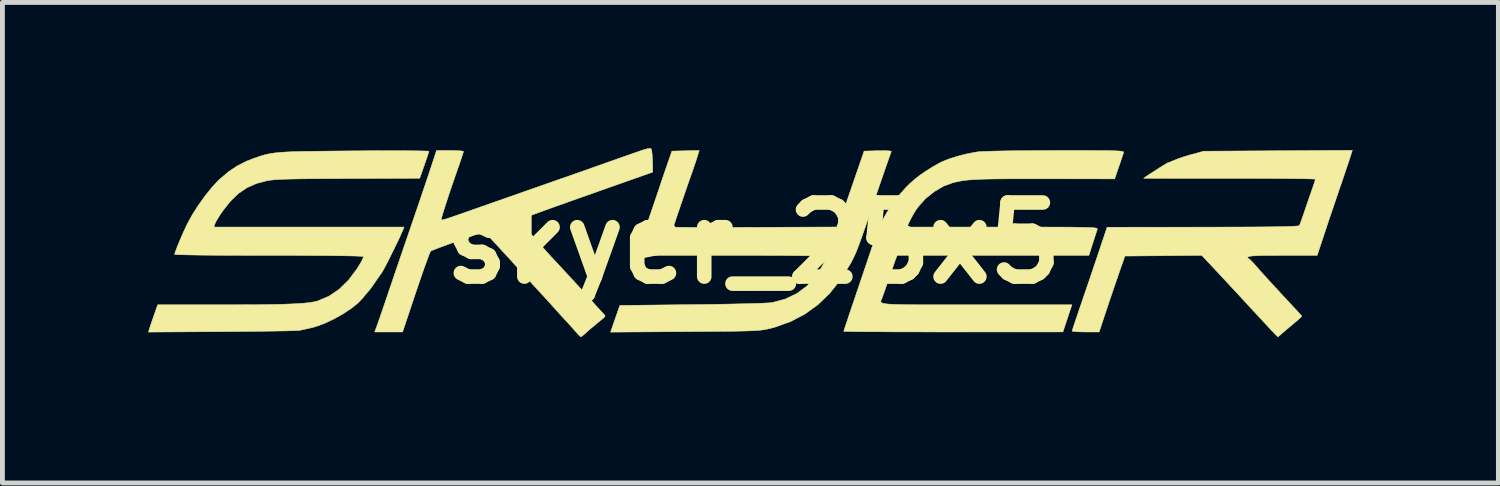
<source format=kicad_pcb>
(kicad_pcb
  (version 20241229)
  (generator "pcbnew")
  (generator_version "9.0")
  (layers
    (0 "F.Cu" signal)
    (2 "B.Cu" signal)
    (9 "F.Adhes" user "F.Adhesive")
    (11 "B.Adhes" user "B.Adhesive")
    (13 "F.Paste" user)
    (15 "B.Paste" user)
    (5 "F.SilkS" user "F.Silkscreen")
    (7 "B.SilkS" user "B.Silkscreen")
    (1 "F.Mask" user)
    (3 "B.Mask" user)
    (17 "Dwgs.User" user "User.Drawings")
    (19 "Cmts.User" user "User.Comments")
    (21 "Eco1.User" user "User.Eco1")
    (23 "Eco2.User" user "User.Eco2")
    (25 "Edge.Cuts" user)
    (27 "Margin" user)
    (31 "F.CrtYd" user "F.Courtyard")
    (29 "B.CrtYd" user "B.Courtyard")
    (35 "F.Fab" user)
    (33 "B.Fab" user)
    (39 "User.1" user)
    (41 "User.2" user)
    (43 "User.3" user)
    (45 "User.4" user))
  (footprint "skyer_25x5"
    (layer "F.Cu")
    (at 12.455 1.951)
    (property "Reference" "skyer_25x5" (at 0 0 0) (layer "F.SilkS") (effects (font (size 1.524 1.524) (thickness 0.3))))
    (attr through_hole)
    (fp_poly (pts (xy -1.156 -1.785) (xy -1.179 -1.712) (xy -1.215 -1.606) (xy -1.257 -1.482) (xy -1.296 -1.372) (xy -1.342 -1.241) (xy -1.392 -1.096) (xy -1.444 -0.945) (xy -1.496 -0.794) (xy -1.544 -0.652) (xy -1.587 -0.527) (xy -1.62 -0.426) (xy -1.643 -0.357) (xy -1.651 -0.328) (xy -1.651 -0.328) (xy -1.626 -0.327) (xy -1.555 -0.325) (xy -1.441 -0.324) (xy -1.289 -0.323) (xy -1.103 -0.323) (xy -0.887 -0.322) (xy -0.645 -0.322) (xy -0.381 -0.323) (xy -0.1 -0.324) (xy 0.039 -0.324) (xy 1.729 -0.331) (xy 1.756 -0.4) (xy 1.774 -0.45) (xy 1.808 -0.547) (xy 1.859 -0.691) (xy 1.924 -0.88) (xy 2.006 -1.116) (xy 2.102 -1.396) (xy 2.208 -1.702) (xy 2.273 -1.892) (xy 2.561 -1.9) (xy 2.699 -1.901) (xy 2.79 -1.897) (xy 2.831 -1.888) (xy 2.833 -1.881) (xy 2.821 -1.852) (xy 2.796 -1.78) (xy 2.757 -1.671) (xy 2.708 -1.53) (xy 2.65 -1.362) (xy 2.585 -1.174) (xy 2.516 -0.969) (xy 2.504 -0.934) (xy 2.413 -0.669) (xy 2.338 -0.448) (xy 2.274 -0.264) (xy 2.221 -0.114) (xy 2.177 0.009) (xy 2.139 0.108) (xy 2.107 0.189) (xy 2.077 0.257) (xy 2.048 0.317) (xy 2.019 0.374) (xy 1.993 0.423) (xy 1.791 0.749) (xy 1.57 1.029) (xy 1.325 1.266) (xy 1.056 1.46) (xy 0.76 1.615) (xy 0.435 1.731) (xy 0.336 1.757) (xy 0.288 1.768) (xy 0.241 1.778) (xy 0.19 1.786) (xy 0.132 1.793) (xy 0.061 1.799) (xy -0.027 1.804) (xy -0.136 1.808) (xy -0.27 1.811) (xy -0.434 1.814) (xy -0.632 1.816) (xy -0.868 1.818) (xy -1.148 1.82) (xy -1.414 1.822) (xy -2.943 1.832) (xy -2.848 1.557) (xy -2.752 1.283) (xy -1.255 1.266) (xy -0.975 1.263) (xy -0.708 1.259) (xy -0.458 1.254) (xy -0.232 1.249) (xy -0.034 1.244) (xy 0.132 1.239) (xy 0.261 1.233) (xy 0.347 1.228) (xy 0.381 1.224) (xy 0.651 1.151) (xy 0.89 1.037) (xy 1.098 0.883) (xy 1.275 0.689) (xy 1.394 0.505) (xy 1.442 0.415) (xy 1.478 0.341) (xy 1.497 0.293) (xy 1.498 0.286) (xy 1.489 0.28) (xy 1.458 0.274) (xy 1.404 0.27) (xy 1.323 0.266) (xy 1.213 0.263) (xy 1.07 0.26) (xy 0.892 0.258) (xy 0.677 0.256) (xy 0.421 0.255) (xy 0.121 0.254) (xy -0.225 0.254) (xy -0.455 0.254) (xy -2.409 0.254) (xy -2.108 -0.641) (xy -2.036 -0.853) (xy -1.967 -1.056) (xy -1.904 -1.245) (xy -1.847 -1.413) (xy -1.799 -1.552) (xy -1.764 -1.655) (xy -1.743 -1.714) (xy -1.681 -1.892) (xy -1.4 -1.899) (xy -1.12 -1.907) (xy -1.156 -1.785)) (stroke (width 0.01) (type solid)) (fill yes) (layer "F.SilkS"))
    (fp_poly (pts (xy -7.236 -1.9) (xy -7.05 -1.899) (xy -6.897 -1.897) (xy -6.782 -1.895) (xy -6.708 -1.892) (xy -6.681 -1.889) (xy -6.681 -1.888) (xy -6.689 -1.857) (xy -6.711 -1.789) (xy -6.744 -1.694) (xy -6.776 -1.6) (xy -6.871 -1.333) (xy -8.344 -1.328) (xy -8.668 -1.326) (xy -8.945 -1.325) (xy -9.18 -1.323) (xy -9.377 -1.32) (xy -9.54 -1.317) (xy -9.673 -1.313) (xy -9.78 -1.308) (xy -9.866 -1.302) (xy -9.935 -1.295) (xy -9.991 -1.287) (xy -10.015 -1.282) (xy -10.234 -1.224) (xy -10.426 -1.138) (xy -10.599 -1.021) (xy -10.76 -0.866) (xy -10.918 -0.667) (xy -10.958 -0.61) (xy -11.014 -0.523) (xy -11.059 -0.446) (xy -11.085 -0.392) (xy -11.087 -0.387) (xy -11.103 -0.33) (xy -7.19 -0.33) (xy -7.242 -0.21) (xy -7.278 -0.127) (xy -7.328 -0.021) (xy -7.387 0.099) (xy -7.449 0.225) (xy -7.51 0.348) (xy -7.567 0.458) (xy -7.614 0.546) (xy -7.646 0.603) (xy -7.657 0.619) (xy -7.684 0.654) (xy -7.729 0.718) (xy -7.783 0.797) (xy -7.783 0.798) (xy -7.839 0.88) (xy -7.89 0.949) (xy -7.923 0.989) (xy -7.964 1.035) (xy -8.017 1.1) (xy -8.037 1.125) (xy -8.137 1.231) (xy -8.275 1.342) (xy -8.441 1.452) (xy -8.623 1.555) (xy -8.81 1.644) (xy -8.992 1.713) (xy -9.137 1.752) (xy -9.227 1.771) (xy -9.311 1.79) (xy -9.335 1.795) (xy -9.373 1.799) (xy -9.458 1.802) (xy -9.584 1.806) (xy -9.747 1.809) (xy -9.942 1.812) (xy -10.164 1.815) (xy -10.409 1.818) (xy -10.672 1.82) (xy -10.93 1.822) (xy -12.45 1.831) (xy -12.433 1.773) (xy -12.418 1.723) (xy -12.39 1.64) (xy -12.355 1.539) (xy -12.339 1.492) (xy -12.261 1.27) (xy -10.905 1.27) (xy -10.543 1.269) (xy -10.229 1.268) (xy -9.958 1.264) (xy -9.726 1.26) (xy -9.531 1.253) (xy -9.369 1.245) (xy -9.235 1.235) (xy -9.127 1.223) (xy -9.04 1.208) (xy -8.971 1.191) (xy -8.966 1.189) (xy -8.738 1.093) (xy -8.527 0.95) (xy -8.333 0.76) (xy -8.155 0.522) (xy -8.073 0.387) (xy -8.043 0.326) (xy -8.027 0.283) (xy -8.026 0.279) (xy -8.052 0.274) (xy -8.126 0.269) (xy -8.249 0.265) (xy -8.418 0.262) (xy -8.633 0.259) (xy -8.892 0.257) (xy -9.193 0.255) (xy -9.536 0.254) (xy -9.918 0.254) (xy -9.97 0.254) (xy -10.289 0.254) (xy -10.59 0.253) (xy -10.869 0.252) (xy -11.123 0.25) (xy -11.348 0.248) (xy -11.541 0.245) (xy -11.697 0.242) (xy -11.814 0.239) (xy -11.887 0.236) (xy -11.913 0.232) (xy -11.913 0.232) (xy -11.903 0.194) (xy -11.876 0.12) (xy -11.837 0.021) (xy -11.789 -0.092) (xy -11.738 -0.21) (xy -11.687 -0.321) (xy -11.644 -0.41) (xy -11.545 -0.589) (xy -11.424 -0.778) (xy -11.29 -0.965) (xy -11.154 -1.135) (xy -11.025 -1.276) (xy -10.988 -1.312) (xy -10.806 -1.466) (xy -10.628 -1.586) (xy -10.438 -1.682) (xy -10.304 -1.735) (xy -10.221 -1.764) (xy -10.147 -1.79) (xy -10.076 -1.811) (xy -10.004 -1.829) (xy -9.927 -1.844) (xy -9.84 -1.856) (xy -9.739 -1.866) (xy -9.619 -1.874) (xy -9.475 -1.88) (xy -9.303 -1.885) (xy -9.099 -1.888) (xy -8.858 -1.891) (xy -8.575 -1.894) (xy -8.247 -1.897) (xy -8.223 -1.897) (xy -7.949 -1.899) (xy -7.689 -1.9) (xy -7.45 -1.901) (xy -7.236 -1.9)) (stroke (width 0.01) (type solid)) (fill yes) (layer "F.SilkS"))
    (fp_poly (pts (xy 12.284 -1.799) (xy 12.266 -1.745) (xy 12.235 -1.65) (xy 12.192 -1.524) (xy 12.142 -1.374) (xy 12.085 -1.207) (xy 12.041 -1.079) (xy 11.976 -0.887) (xy 11.908 -0.686) (xy 11.841 -0.49) (xy 11.782 -0.311) (xy 11.732 -0.162) (xy 11.714 -0.108) (xy 11.595 0.254) (xy 10.878 0.254) (xy 10.656 0.255) (xy 10.482 0.256) (xy 10.349 0.26) (xy 10.256 0.265) (xy 10.197 0.274) (xy 10.168 0.285) (xy 10.165 0.299) (xy 10.184 0.317) (xy 10.192 0.323) (xy 10.225 0.352) (xy 10.278 0.407) (xy 10.323 0.457) (xy 10.393 0.537) (xy 10.49 0.645) (xy 10.606 0.773) (xy 10.733 0.911) (xy 10.863 1.052) (xy 10.988 1.187) (xy 11.093 1.3) (xy 11.169 1.381) (xy 11.23 1.448) (xy 11.268 1.492) (xy 11.278 1.506) (xy 11.259 1.526) (xy 11.21 1.571) (xy 11.14 1.631) (xy 11.097 1.667) (xy 11.009 1.741) (xy 10.929 1.809) (xy 10.869 1.86) (xy 10.855 1.873) (xy 10.811 1.912) (xy 10.788 1.93) (xy 10.787 1.93) (xy 10.769 1.913) (xy 10.725 1.868) (xy 10.664 1.805) (xy 10.655 1.796) (xy 10.59 1.726) (xy 10.501 1.631) (xy 10.4 1.521) (xy 10.296 1.409) (xy 10.274 1.386) (xy 10.176 1.279) (xy 10.081 1.177) (xy 10.001 1.09) (xy 9.943 1.027) (xy 9.931 1.015) (xy 9.869 0.948) (xy 9.789 0.862) (xy 9.708 0.775) (xy 9.703 0.769) (xy 9.619 0.679) (xy 9.518 0.571) (xy 9.418 0.464) (xy 9.392 0.436) (xy 9.22 0.253) (xy 8.43 0.26) (xy 7.639 0.267) (xy 7.515 0.622) (xy 7.462 0.777) (xy 7.399 0.96) (xy 7.334 1.153) (xy 7.272 1.337) (xy 7.25 1.403) (xy 7.109 1.829) (xy 6.831 1.829) (xy 6.719 1.827) (xy 6.629 1.823) (xy 6.57 1.816) (xy 6.553 1.81) (xy 6.561 1.781) (xy 6.583 1.712) (xy 6.618 1.608) (xy 6.662 1.478) (xy 6.713 1.327) (xy 6.746 1.232) (xy 6.814 1.031) (xy 6.891 0.807) (xy 6.968 0.579) (xy 7.041 0.363) (xy 7.104 0.177) (xy 7.105 0.174) (xy 7.272 -0.326) (xy 9.242 -0.328) (xy 9.622 -0.329) (xy 9.953 -0.33) (xy 10.24 -0.331) (xy 10.484 -0.333) (xy 10.687 -0.335) (xy 10.854 -0.338) (xy 10.987 -0.341) (xy 11.087 -0.345) (xy 11.159 -0.349) (xy 11.205 -0.354) (xy 11.227 -0.36) (xy 11.23 -0.362) (xy 11.244 -0.398) (xy 11.271 -0.471) (xy 11.305 -0.569) (xy 11.337 -0.66) (xy 11.382 -0.794) (xy 11.43 -0.933) (xy 11.473 -1.056) (xy 11.492 -1.111) (xy 11.523 -1.201) (xy 11.546 -1.272) (xy 11.557 -1.311) (xy 11.557 -1.314) (xy 11.532 -1.317) (xy 11.461 -1.32) (xy 11.347 -1.323) (xy 11.194 -1.325) (xy 11.007 -1.327) (xy 10.789 -1.329) (xy 10.546 -1.33) (xy 10.279 -1.331) (xy 9.995 -1.331) (xy 9.792 -1.331) (xy 9.497 -1.331) (xy 9.218 -1.331) (xy 8.959 -1.331) (xy 8.723 -1.331) (xy 8.514 -1.331) (xy 8.337 -1.332) (xy 8.197 -1.332) (xy 8.095 -1.333) (xy 8.038 -1.333) (xy 8.026 -1.334) (xy 8.046 -1.35) (xy 8.099 -1.386) (xy 8.174 -1.435) (xy 8.261 -1.491) (xy 8.349 -1.548) (xy 8.429 -1.597) (xy 8.489 -1.634) (xy 8.52 -1.651) (xy 8.521 -1.651) (xy 8.552 -1.661) (xy 8.612 -1.686) (xy 8.654 -1.704) (xy 8.732 -1.735) (xy 8.84 -1.772) (xy 8.961 -1.809) (xy 9.015 -1.824) (xy 9.258 -1.89) (xy 12.318 -1.909) (xy 12.284 -1.799)) (stroke (width 0.01) (type solid)) (fill yes) (layer "F.SilkS"))
    (fp_poly (pts (xy 6.783 -1.905) (xy 6.996 -1.904) (xy 7.169 -1.903) (xy 7.307 -1.902) (xy 7.414 -1.899) (xy 7.493 -1.896) (xy 7.548 -1.892) (xy 7.584 -1.887) (xy 7.604 -1.88) (xy 7.613 -1.872) (xy 7.613 -1.863) (xy 7.612 -1.861) (xy 7.598 -1.819) (xy 7.572 -1.741) (xy 7.538 -1.641) (xy 7.513 -1.569) (xy 7.428 -1.321) (xy 5.956 -1.322) (xy 5.634 -1.322) (xy 5.359 -1.322) (xy 5.126 -1.321) (xy 4.929 -1.319) (xy 4.765 -1.316) (xy 4.628 -1.311) (xy 4.514 -1.305) (xy 4.418 -1.298) (xy 4.336 -1.289) (xy 4.262 -1.277) (xy 4.193 -1.264) (xy 4.124 -1.247) (xy 4.1 -1.242) (xy 3.908 -1.171) (xy 3.717 -1.059) (xy 3.538 -0.916) (xy 3.387 -0.749) (xy 3.341 -0.683) (xy 3.291 -0.602) (xy 3.243 -0.515) (xy 3.202 -0.435) (xy 3.174 -0.371) (xy 3.165 -0.334) (xy 3.168 -0.33) (xy 3.196 -0.33) (xy 3.271 -0.33) (xy 3.389 -0.33) (xy 3.545 -0.33) (xy 3.737 -0.33) (xy 3.96 -0.33) (xy 4.21 -0.33) (xy 4.483 -0.33) (xy 4.776 -0.33) (xy 5.084 -0.33) (xy 5.136 -0.33) (xy 5.497 -0.33) (xy 5.811 -0.33) (xy 6.08 -0.329) (xy 6.309 -0.329) (xy 6.5 -0.328) (xy 6.656 -0.326) (xy 6.782 -0.324) (xy 6.88 -0.321) (xy 6.953 -0.318) (xy 7.006 -0.314) (xy 7.041 -0.309) (xy 7.061 -0.303) (xy 7.07 -0.296) (xy 7.071 -0.289) (xy 7.071 -0.286) (xy 7.052 -0.226) (xy 7.036 -0.178) (xy 7.019 -0.123) (xy 6.991 -0.037) (xy 6.959 0.062) (xy 6.957 0.07) (xy 6.897 0.254) (xy 4.925 0.254) (xy 2.953 0.254) (xy 2.925 0.324) (xy 2.907 0.373) (xy 2.877 0.46) (xy 2.838 0.572) (xy 2.794 0.698) (xy 2.785 0.724) (xy 2.741 0.852) (xy 2.701 0.968) (xy 2.668 1.06) (xy 2.647 1.119) (xy 2.644 1.126) (xy 2.633 1.152) (xy 2.622 1.175) (xy 2.617 1.195) (xy 2.619 1.212) (xy 2.631 1.226) (xy 2.658 1.238) (xy 2.702 1.247) (xy 2.767 1.255) (xy 2.855 1.26) (xy 2.971 1.264) (xy 3.116 1.267) (xy 3.295 1.269) (xy 3.51 1.27) (xy 3.765 1.27) (xy 4.062 1.27) (xy 4.406 1.27) (xy 4.583 1.27) (xy 6.549 1.27) (xy 6.363 1.828) (xy 4.108 1.829) (xy 3.775 1.829) (xy 3.456 1.828) (xy 3.156 1.827) (xy 2.878 1.827) (xy 2.626 1.825) (xy 2.403 1.824) (xy 2.213 1.823) (xy 2.059 1.821) (xy 1.946 1.819) (xy 1.876 1.817) (xy 1.854 1.815) (xy 1.862 1.789) (xy 1.884 1.72) (xy 1.92 1.614) (xy 1.965 1.477) (xy 2.02 1.314) (xy 2.082 1.132) (xy 2.136 0.971) (xy 2.206 0.764) (xy 2.274 0.563) (xy 2.338 0.376) (xy 2.394 0.209) (xy 2.441 0.07) (xy 2.475 -0.033) (xy 2.489 -0.076) (xy 2.562 -0.276) (xy 2.642 -0.454) (xy 2.742 -0.631) (xy 2.826 -0.76) (xy 2.916 -0.886) (xy 3.019 -1.014) (xy 3.12 -1.13) (xy 3.209 -1.219) (xy 3.213 -1.223) (xy 3.248 -1.254) (xy 3.301 -1.301) (xy 3.311 -1.31) (xy 3.415 -1.392) (xy 3.547 -1.483) (xy 3.691 -1.573) (xy 3.829 -1.65) (xy 3.886 -1.678) (xy 4.027 -1.734) (xy 4.2 -1.788) (xy 4.384 -1.835) (xy 4.56 -1.869) (xy 4.622 -1.878) (xy 4.686 -1.883) (xy 4.796 -1.887) (xy 4.945 -1.892) (xy 5.129 -1.896) (xy 5.342 -1.899) (xy 5.578 -1.901) (xy 5.832 -1.903) (xy 6.099 -1.904) (xy 6.225 -1.905) (xy 6.528 -1.905) (xy 6.783 -1.905)) (stroke (width 0.01) (type solid)) (fill yes) (layer "F.SilkS"))
    (fp_poly (pts (xy -2.109 -1.941) (xy -2.098 -1.907) (xy -2.089 -1.834) (xy -2.082 -1.737) (xy -2.08 -1.689) (xy -2.075 -1.46) (xy -2.618 -1.269) (xy -2.996 -1.136) (xy -3.328 -1.018) (xy -3.618 -0.916) (xy -3.868 -0.827) (xy -4.082 -0.751) (xy -4.261 -0.686) (xy -4.41 -0.632) (xy -4.53 -0.588) (xy -4.625 -0.552) (xy -4.696 -0.524) (xy -4.748 -0.502) (xy -4.783 -0.486) (xy -4.804 -0.474) (xy -4.812 -0.466) (xy -4.813 -0.463) (xy -4.797 -0.435) (xy -4.753 -0.379) (xy -4.688 -0.303) (xy -4.61 -0.216) (xy -4.521 -0.119) (xy -4.437 -0.025) (xy -4.368 0.052) (xy -4.331 0.096) (xy -4.263 0.174) (xy -4.192 0.252) (xy -4.178 0.267) (xy -3.925 0.539) (xy -3.704 0.778) (xy -3.514 0.985) (xy -3.353 1.165) (xy -3.327 1.194) (xy -3.239 1.292) (xy -3.162 1.376) (xy -3.103 1.44) (xy -3.068 1.476) (xy -3.063 1.48) (xy -3.057 1.508) (xy -3.089 1.543) (xy -3.138 1.583) (xy -3.209 1.641) (xy -3.267 1.689) (xy -3.348 1.756) (xy -3.425 1.823) (xy -3.466 1.86) (xy -3.516 1.904) (xy -3.55 1.928) (xy -3.554 1.93) (xy -3.577 1.912) (xy -3.622 1.866) (xy -3.67 1.811) (xy -3.741 1.731) (xy -3.811 1.652) (xy -3.848 1.613) (xy -3.897 1.561) (xy -3.969 1.483) (xy -4.052 1.39) (xy -4.115 1.321) (xy -4.199 1.227) (xy -4.277 1.141) (xy -4.339 1.073) (xy -4.369 1.041) (xy -4.417 0.989) (xy -4.485 0.915) (xy -4.56 0.833) (xy -4.568 0.824) (xy -4.72 0.656) (xy -4.872 0.489) (xy -5.016 0.331) (xy -5.144 0.192) (xy -5.247 0.08) (xy -5.261 0.065) (xy -5.338 -0.018) (xy -5.41 -0.097) (xy -5.464 -0.156) (xy -5.47 -0.162) (xy -5.537 -0.236) (xy -6.074 -0.048) (xy -6.231 0.007) (xy -6.373 0.059) (xy -6.492 0.103) (xy -6.581 0.138) (xy -6.633 0.16) (xy -6.642 0.165) (xy -6.658 0.194) (xy -6.687 0.266) (xy -6.727 0.375) (xy -6.778 0.514) (xy -6.835 0.679) (xy -6.898 0.863) (xy -6.948 1.01) (xy -7.222 1.829) (xy -7.796 1.829) (xy -7.756 1.721) (xy -7.737 1.667) (xy -7.704 1.574) (xy -7.661 1.448) (xy -7.609 1.297) (xy -7.552 1.13) (xy -7.505 0.991) (xy -7.441 0.803) (xy -7.366 0.581) (xy -7.282 0.336) (xy -7.195 0.081) (xy -7.108 -0.172) (xy -7.027 -0.409) (xy -7.011 -0.457) (xy -6.938 -0.669) (xy -6.866 -0.88) (xy -6.798 -1.082) (xy -6.735 -1.266) (xy -6.682 -1.424) (xy -6.641 -1.547) (xy -6.626 -1.594) (xy -6.524 -1.905) (xy -6.247 -1.905) (xy -6.135 -1.903) (xy -6.044 -1.899) (xy -5.986 -1.892) (xy -5.969 -1.885) (xy -5.977 -1.855) (xy -5.999 -1.787) (xy -6.031 -1.691) (xy -6.07 -1.577) (xy -6.072 -1.574) (xy -6.134 -1.395) (xy -6.196 -1.215) (xy -6.255 -1.041) (xy -6.308 -0.879) (xy -6.354 -0.737) (xy -6.391 -0.621) (xy -6.416 -0.538) (xy -6.426 -0.496) (xy -6.426 -0.493) (xy -6.426 -0.484) (xy -6.423 -0.478) (xy -6.412 -0.476) (xy -6.388 -0.48) (xy -6.346 -0.491) (xy -6.283 -0.511) (xy -6.193 -0.542) (xy -6.071 -0.584) (xy -5.913 -0.639) (xy -5.714 -0.709) (xy -5.601 -0.749) (xy -5.312 -0.85) (xy -5.018 -0.953) (xy -4.729 -1.055) (xy -4.452 -1.152) (xy -4.197 -1.241) (xy -3.973 -1.32) (xy -3.787 -1.384) (xy -3.785 -1.385) (xy -3.629 -1.44) (xy -3.454 -1.501) (xy -3.286 -1.561) (xy -3.175 -1.6) (xy -2.985 -1.668) (xy -2.789 -1.737) (xy -2.599 -1.804) (xy -2.429 -1.863) (xy -2.29 -1.911) (xy -2.253 -1.923) (xy -2.172 -1.945) (xy -2.119 -1.946) (xy -2.109 -1.941)) (stroke (width 0.01) (type solid)) (fill yes) (layer "F.SilkS")))
  (gr_rect
    (start -3 -3)
    (end 27.778 6.886)
    (stroke (width 0.1) (type default))
    (fill no)
    (layer "Edge.Cuts")))
</source>
